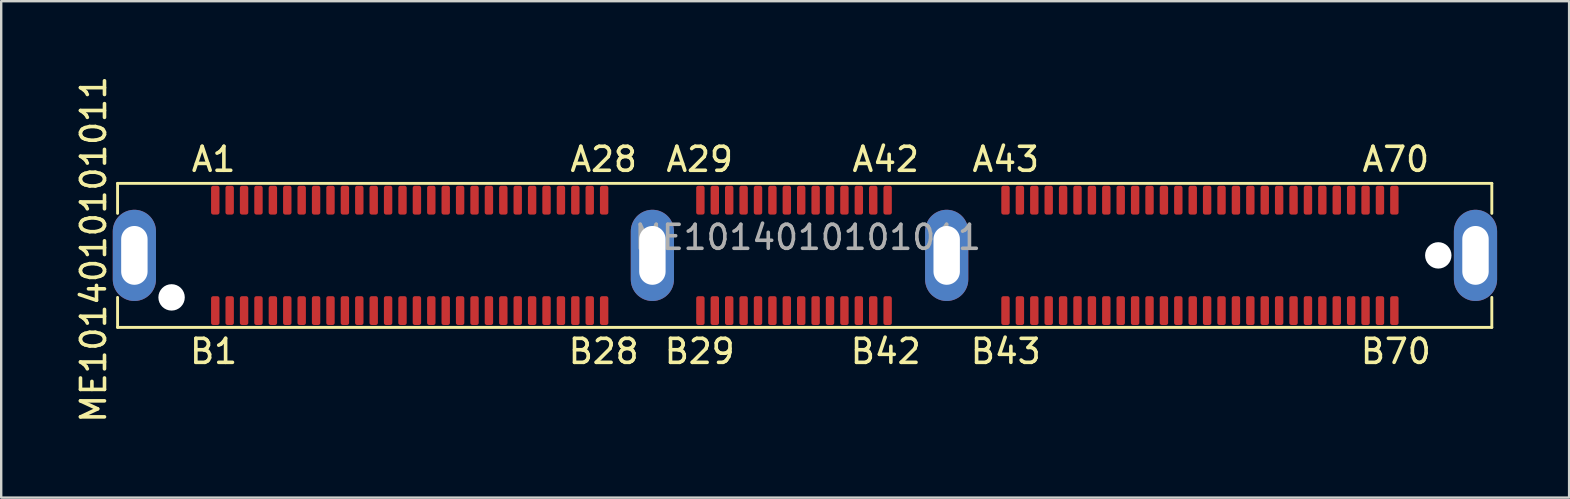
<source format=kicad_pcb>
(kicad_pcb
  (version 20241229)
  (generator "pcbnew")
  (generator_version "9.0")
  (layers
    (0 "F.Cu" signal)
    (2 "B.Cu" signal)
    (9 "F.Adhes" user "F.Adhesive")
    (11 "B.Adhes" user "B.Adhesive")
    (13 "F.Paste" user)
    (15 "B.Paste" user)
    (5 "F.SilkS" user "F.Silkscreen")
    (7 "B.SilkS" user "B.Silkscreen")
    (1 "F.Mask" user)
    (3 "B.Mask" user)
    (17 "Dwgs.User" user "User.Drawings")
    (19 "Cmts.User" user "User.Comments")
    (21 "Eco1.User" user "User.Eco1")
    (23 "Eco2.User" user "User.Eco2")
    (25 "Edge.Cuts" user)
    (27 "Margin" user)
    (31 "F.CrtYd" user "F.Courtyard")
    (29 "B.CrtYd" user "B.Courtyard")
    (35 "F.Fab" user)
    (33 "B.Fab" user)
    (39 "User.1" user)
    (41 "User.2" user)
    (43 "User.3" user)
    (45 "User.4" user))
  (footprint "ME1014010101011"
    (layer "F.Cu")
    (at 4.098 9.339)
    (property "Reference" "ME1014010101011" (at -3.25 -2 90) (unlocked yes) (layer "F.SilkS") (effects (font (size 1 1) (thickness 0.15))))
    (attr smd)
    (fp_line (start -2.25 -4.75) (end -2.25 -3.5) (stroke (width 0.12) (type solid)) (layer "F.SilkS"))
    (fp_line (start -2.25 0) (end -2.25 1.25) (stroke (width 0.12) (type solid)) (layer "F.SilkS"))
    (fp_line (start -2.25 1.25) (end 55 1.25) (stroke (width 0.12) (type solid)) (layer "F.SilkS"))
    (fp_line (start 55 -4.75) (end -2.25 -4.75) (stroke (width 0.12) (type solid)) (layer "F.SilkS"))
    (fp_line (start 55 -3.5) (end 55 -4.75) (stroke (width 0.12) (type solid)) (layer "F.SilkS"))
    (fp_line (start 55 1.25) (end 55 0) (stroke (width 0.12) (type solid)) (layer "F.SilkS"))
    (fp_text user "A70" (at 51 -5.75 0) (unlocked yes) (layer "F.SilkS") (effects (font (size 1 1) (thickness 0.15))))
    (fp_text user "B1" (at 1.75 2.25 0) (unlocked yes) (layer "F.SilkS") (effects (font (size 1 1) (thickness 0.15))))
    (fp_text user "B43" (at 34.75 2.25 0) (unlocked yes) (layer "F.SilkS") (effects (font (size 1 1) (thickness 0.15))))
    (fp_text user "B29" (at 22 2.25 0) (unlocked yes) (layer "F.SilkS") (effects (font (size 1 1) (thickness 0.15))))
    (fp_text user "B70" (at 51 2.25 0) (unlocked yes) (layer "F.SilkS") (effects (font (size 1 1) (thickness 0.15))))
    (fp_text user "B42" (at 29.75 2.25 0) (unlocked yes) (layer "F.SilkS") (effects (font (size 1 1) (thickness 0.15))))
    (fp_text user "A29" (at 22 -5.75 0) (unlocked yes) (layer "F.SilkS") (effects (font (size 1 1) (thickness 0.15))))
    (fp_text user "A28" (at 18 -5.75 0) (unlocked yes) (layer "F.SilkS") (effects (font (size 1 1) (thickness 0.15))))
    (fp_text user "A42" (at 29.75 -5.75 0) (unlocked yes) (layer "F.SilkS") (effects (font (size 1 1) (thickness 0.15))))
    (fp_text user "B28" (at 18 2.25 0) (unlocked yes) (layer "F.SilkS") (effects (font (size 1 1) (thickness 0.15))))
    (fp_text user "A1" (at 1.75 -5.75 0) (unlocked yes) (layer "F.SilkS") (effects (font (size 1 1) (thickness 0.15))))
    (fp_text user "A43" (at 34.75 -5.75 0) (unlocked yes) (layer "F.SilkS") (effects (font (size 1 1) (thickness 0.15))))
    (fp_text user "${REFERENCE}" (at 26.5 -2.5 0) (unlocked yes) (layer "F.Fab") (effects (font (size 1 1) (thickness 0.15))))
    (pad "" np_thru_hole circle (at 0 0) (size 1.1 1.1) (drill 1.1) (layers "*.Cu" "*.Mask"))
    (pad "" np_thru_hole circle (at 52.77 -1.75) (size 1.1 1.1) (drill 1.1) (layers "*.Cu" "*.Mask"))
    (pad "A1" smd roundrect (at 1.82 -4.05) (size 0.35 1.2) (layers "F.Cu" "F.Mask" "F.Paste") (roundrect_rratio 0.25))
    (pad "A2" smd roundrect (at 2.42 -4.05) (size 0.35 1.2) (layers "F.Cu" "F.Mask" "F.Paste") (roundrect_rratio 0.25))
    (pad "A3" smd roundrect (at 3.02 -4.05) (size 0.35 1.2) (layers "F.Cu" "F.Mask" "F.Paste") (roundrect_rratio 0.25))
    (pad "A4" smd roundrect (at 3.62 -4.05) (size 0.35 1.2) (layers "F.Cu" "F.Mask" "F.Paste") (roundrect_rratio 0.25))
    (pad "A5" smd roundrect (at 4.22 -4.05) (size 0.35 1.2) (layers "F.Cu" "F.Mask" "F.Paste") (roundrect_rratio 0.25))
    (pad "A6" smd roundrect (at 4.82 -4.05) (size 0.35 1.2) (layers "F.Cu" "F.Mask" "F.Paste") (roundrect_rratio 0.25))
    (pad "A7" smd roundrect (at 5.42 -4.05) (size 0.35 1.2) (layers "F.Cu" "F.Mask" "F.Paste") (roundrect_rratio 0.25))
    (pad "A8" smd roundrect (at 6.02 -4.05) (size 0.35 1.2) (layers "F.Cu" "F.Mask" "F.Paste") (roundrect_rratio 0.25))
    (pad "A9" smd roundrect (at 6.62 -4.05) (size 0.35 1.2) (layers "F.Cu" "F.Mask" "F.Paste") (roundrect_rratio 0.25))
    (pad "A10" smd roundrect (at 7.22 -4.05) (size 0.35 1.2) (layers "F.Cu" "F.Mask" "F.Paste") (roundrect_rratio 0.25))
    (pad "A11" smd roundrect (at 7.82 -4.05) (size 0.35 1.2) (layers "F.Cu" "F.Mask" "F.Paste") (roundrect_rratio 0.25))
    (pad "A12" smd roundrect (at 8.42 -4.05) (size 0.35 1.2) (layers "F.Cu" "F.Mask" "F.Paste") (roundrect_rratio 0.25))
    (pad "A13" smd roundrect (at 9.02 -4.05) (size 0.35 1.2) (layers "F.Cu" "F.Mask" "F.Paste") (roundrect_rratio 0.25))
    (pad "A14" smd roundrect (at 9.62 -4.05) (size 0.35 1.2) (layers "F.Cu" "F.Mask" "F.Paste") (roundrect_rratio 0.25))
    (pad "A15" smd roundrect (at 10.22 -4.05) (size 0.35 1.2) (layers "F.Cu" "F.Mask" "F.Paste") (roundrect_rratio 0.25))
    (pad "A16" smd roundrect (at 10.82 -4.05) (size 0.35 1.2) (layers "F.Cu" "F.Mask" "F.Paste") (roundrect_rratio 0.25))
    (pad "A17" smd roundrect (at 11.42 -4.05) (size 0.35 1.2) (layers "F.Cu" "F.Mask" "F.Paste") (roundrect_rratio 0.25))
    (pad "A18" smd roundrect (at 12.02 -4.05) (size 0.35 1.2) (layers "F.Cu" "F.Mask" "F.Paste") (roundrect_rratio 0.25))
    (pad "A19" smd roundrect (at 12.62 -4.05) (size 0.35 1.2) (layers "F.Cu" "F.Mask" "F.Paste") (roundrect_rratio 0.25))
    (pad "A20" smd roundrect (at 13.22 -4.05) (size 0.35 1.2) (layers "F.Cu" "F.Mask" "F.Paste") (roundrect_rratio 0.25))
    (pad "A21" smd roundrect (at 13.82 -4.05) (size 0.35 1.2) (layers "F.Cu" "F.Mask" "F.Paste") (roundrect_rratio 0.25))
    (pad "A22" smd roundrect (at 14.42 -4.05) (size 0.35 1.2) (layers "F.Cu" "F.Mask" "F.Paste") (roundrect_rratio 0.25))
    (pad "A23" smd roundrect (at 15.02 -4.05) (size 0.35 1.2) (layers "F.Cu" "F.Mask" "F.Paste") (roundrect_rratio 0.25))
    (pad "A24" smd roundrect (at 15.62 -4.05) (size 0.35 1.2) (layers "F.Cu" "F.Mask" "F.Paste") (roundrect_rratio 0.25))
    (pad "A25" smd roundrect (at 16.22 -4.05) (size 0.35 1.2) (layers "F.Cu" "F.Mask" "F.Paste") (roundrect_rratio 0.25))
    (pad "A26" smd roundrect (at 16.82 -4.05) (size 0.35 1.2) (layers "F.Cu" "F.Mask" "F.Paste") (roundrect_rratio 0.25))
    (pad "A27" smd roundrect (at 17.42 -4.05) (size 0.35 1.2) (layers "F.Cu" "F.Mask" "F.Paste") (roundrect_rratio 0.25))
    (pad "A28" smd roundrect (at 18.02 -4.05) (size 0.35 1.2) (layers "F.Cu" "F.Mask" "F.Paste") (roundrect_rratio 0.25))
    (pad "A29" smd roundrect (at 22.03 -4.05) (size 0.35 1.2) (layers "F.Cu" "F.Mask" "F.Paste") (roundrect_rratio 0.25))
    (pad "A30" smd roundrect (at 22.63 -4.05) (size 0.35 1.2) (layers "F.Cu" "F.Mask" "F.Paste") (roundrect_rratio 0.25))
    (pad "A31" smd roundrect (at 23.23 -4.05) (size 0.35 1.2) (layers "F.Cu" "F.Mask" "F.Paste") (roundrect_rratio 0.25))
    (pad "A32" smd roundrect (at 23.83 -4.05) (size 0.35 1.2) (layers "F.Cu" "F.Mask" "F.Paste") (roundrect_rratio 0.25))
    (pad "A33" smd roundrect (at 24.43 -4.05) (size 0.35 1.2) (layers "F.Cu" "F.Mask" "F.Paste") (roundrect_rratio 0.25))
    (pad "A34" smd roundrect (at 25.03 -4.05) (size 0.35 1.2) (layers "F.Cu" "F.Mask" "F.Paste") (roundrect_rratio 0.25))
    (pad "A35" smd roundrect (at 25.63 -4.05) (size 0.35 1.2) (layers "F.Cu" "F.Mask" "F.Paste") (roundrect_rratio 0.25))
    (pad "A36" smd roundrect (at 26.23 -4.05) (size 0.35 1.2) (layers "F.Cu" "F.Mask" "F.Paste") (roundrect_rratio 0.25))
    (pad "A37" smd roundrect (at 26.83 -4.05) (size 0.35 1.2) (layers "F.Cu" "F.Mask" "F.Paste") (roundrect_rratio 0.25))
    (pad "A38" smd roundrect (at 27.43 -4.05) (size 0.35 1.2) (layers "F.Cu" "F.Mask" "F.Paste") (roundrect_rratio 0.25))
    (pad "A39" smd roundrect (at 28.03 -4.05) (size 0.35 1.2) (layers "F.Cu" "F.Mask" "F.Paste") (roundrect_rratio 0.25))
    (pad "A40" smd roundrect (at 28.63 -4.05) (size 0.35 1.2) (layers "F.Cu" "F.Mask" "F.Paste") (roundrect_rratio 0.25))
    (pad "A41" smd roundrect (at 29.23 -4.05) (size 0.35 1.2) (layers "F.Cu" "F.Mask" "F.Paste") (roundrect_rratio 0.25))
    (pad "A42" smd roundrect (at 29.83 -4.05) (size 0.35 1.2) (layers "F.Cu" "F.Mask" "F.Paste") (roundrect_rratio 0.25))
    (pad "A43" smd roundrect (at 34.74 -4.05) (size 0.35 1.2) (layers "F.Cu" "F.Mask" "F.Paste") (roundrect_rratio 0.25))
    (pad "A44" smd roundrect (at 35.34 -4.05) (size 0.35 1.2) (layers "F.Cu" "F.Mask" "F.Paste") (roundrect_rratio 0.25))
    (pad "A45" smd roundrect (at 35.94 -4.05) (size 0.35 1.2) (layers "F.Cu" "F.Mask" "F.Paste") (roundrect_rratio 0.25))
    (pad "A46" smd roundrect (at 36.54 -4.05) (size 0.35 1.2) (layers "F.Cu" "F.Mask" "F.Paste") (roundrect_rratio 0.25))
    (pad "A47" smd roundrect (at 37.14 -4.05) (size 0.35 1.2) (layers "F.Cu" "F.Mask" "F.Paste") (roundrect_rratio 0.25))
    (pad "A48" smd roundrect (at 37.74 -4.05) (size 0.35 1.2) (layers "F.Cu" "F.Mask" "F.Paste") (roundrect_rratio 0.25))
    (pad "A49" smd roundrect (at 38.34 -4.05) (size 0.35 1.2) (layers "F.Cu" "F.Mask" "F.Paste") (roundrect_rratio 0.25))
    (pad "A50" smd roundrect (at 38.94 -4.05) (size 0.35 1.2) (layers "F.Cu" "F.Mask" "F.Paste") (roundrect_rratio 0.25))
    (pad "A51" smd roundrect (at 39.54 -4.05) (size 0.35 1.2) (layers "F.Cu" "F.Mask" "F.Paste") (roundrect_rratio 0.25))
    (pad "A52" smd roundrect (at 40.14 -4.05) (size 0.35 1.2) (layers "F.Cu" "F.Mask" "F.Paste") (roundrect_rratio 0.25))
    (pad "A53" smd roundrect (at 40.74 -4.05) (size 0.35 1.2) (layers "F.Cu" "F.Mask" "F.Paste") (roundrect_rratio 0.25))
    (pad "A54" smd roundrect (at 41.34 -4.05) (size 0.35 1.2) (layers "F.Cu" "F.Mask" "F.Paste") (roundrect_rratio 0.25))
    (pad "A55" smd roundrect (at 41.94 -4.05) (size 0.35 1.2) (layers "F.Cu" "F.Mask" "F.Paste") (roundrect_rratio 0.25))
    (pad "A56" smd roundrect (at 42.54 -4.05) (size 0.35 1.2) (layers "F.Cu" "F.Mask" "F.Paste") (roundrect_rratio 0.25))
    (pad "A57" smd roundrect (at 43.14 -4.05) (size 0.35 1.2) (layers "F.Cu" "F.Mask" "F.Paste") (roundrect_rratio 0.25))
    (pad "A58" smd roundrect (at 43.74 -4.05) (size 0.35 1.2) (layers "F.Cu" "F.Mask" "F.Paste") (roundrect_rratio 0.25))
    (pad "A59" smd roundrect (at 44.34 -4.05) (size 0.35 1.2) (layers "F.Cu" "F.Mask" "F.Paste") (roundrect_rratio 0.25))
    (pad "A60" smd roundrect (at 44.94 -4.05) (size 0.35 1.2) (layers "F.Cu" "F.Mask" "F.Paste") (roundrect_rratio 0.25))
    (pad "A61" smd roundrect (at 45.54 -4.05) (size 0.35 1.2) (layers "F.Cu" "F.Mask" "F.Paste") (roundrect_rratio 0.25))
    (pad "A62" smd roundrect (at 46.14 -4.05) (size 0.35 1.2) (layers "F.Cu" "F.Mask" "F.Paste") (roundrect_rratio 0.25))
    (pad "A63" smd roundrect (at 46.74 -4.05) (size 0.35 1.2) (layers "F.Cu" "F.Mask" "F.Paste") (roundrect_rratio 0.25))
    (pad "A64" smd roundrect (at 47.34 -4.05) (size 0.35 1.2) (layers "F.Cu" "F.Mask" "F.Paste") (roundrect_rratio 0.25))
    (pad "A65" smd roundrect (at 47.94 -4.05) (size 0.35 1.2) (layers "F.Cu" "F.Mask" "F.Paste") (roundrect_rratio 0.25))
    (pad "A66" smd roundrect (at 48.54 -4.05) (size 0.35 1.2) (layers "F.Cu" "F.Mask" "F.Paste") (roundrect_rratio 0.25))
    (pad "A67" smd roundrect (at 49.14 -4.05) (size 0.35 1.2) (layers "F.Cu" "F.Mask" "F.Paste") (roundrect_rratio 0.25))
    (pad "A68" smd roundrect (at 49.74 -4.05) (size 0.35 1.2) (layers "F.Cu" "F.Mask" "F.Paste") (roundrect_rratio 0.25))
    (pad "A69" smd roundrect (at 50.34 -4.05) (size 0.35 1.2) (layers "F.Cu" "F.Mask" "F.Paste") (roundrect_rratio 0.25))
    (pad "A70" smd roundrect (at 50.94 -4.05) (size 0.35 1.2) (layers "F.Cu" "F.Mask" "F.Paste") (roundrect_rratio 0.25))
    (pad "B1" smd roundrect (at 1.82 0.55) (size 0.35 1.2) (layers "F.Cu" "F.Mask" "F.Paste") (roundrect_rratio 0.25))
    (pad "B2" smd roundrect (at 2.42 0.55) (size 0.35 1.2) (layers "F.Cu" "F.Mask" "F.Paste") (roundrect_rratio 0.25))
    (pad "B3" smd roundrect (at 3.02 0.55) (size 0.35 1.2) (layers "F.Cu" "F.Mask" "F.Paste") (roundrect_rratio 0.25))
    (pad "B4" smd roundrect (at 3.62 0.55) (size 0.35 1.2) (layers "F.Cu" "F.Mask" "F.Paste") (roundrect_rratio 0.25))
    (pad "B5" smd roundrect (at 4.22 0.55) (size 0.35 1.2) (layers "F.Cu" "F.Mask" "F.Paste") (roundrect_rratio 0.25))
    (pad "B6" smd roundrect (at 4.82 0.55) (size 0.35 1.2) (layers "F.Cu" "F.Mask" "F.Paste") (roundrect_rratio 0.25))
    (pad "B7" smd roundrect (at 5.42 0.55) (size 0.35 1.2) (layers "F.Cu" "F.Mask" "F.Paste") (roundrect_rratio 0.25))
    (pad "B8" smd roundrect (at 6.02 0.55) (size 0.35 1.2) (layers "F.Cu" "F.Mask" "F.Paste") (roundrect_rratio 0.25))
    (pad "B9" smd roundrect (at 6.62 0.55) (size 0.35 1.2) (layers "F.Cu" "F.Mask" "F.Paste") (roundrect_rratio 0.25))
    (pad "B10" smd roundrect (at 7.22 0.55) (size 0.35 1.2) (layers "F.Cu" "F.Mask" "F.Paste") (roundrect_rratio 0.25))
    (pad "B11" smd roundrect (at 7.82 0.55) (size 0.35 1.2) (layers "F.Cu" "F.Mask" "F.Paste") (roundrect_rratio 0.25))
    (pad "B12" smd roundrect (at 8.42 0.55) (size 0.35 1.2) (layers "F.Cu" "F.Mask" "F.Paste") (roundrect_rratio 0.25))
    (pad "B13" smd roundrect (at 9.02 0.55) (size 0.35 1.2) (layers "F.Cu" "F.Mask" "F.Paste") (roundrect_rratio 0.25))
    (pad "B14" smd roundrect (at 9.62 0.55) (size 0.35 1.2) (layers "F.Cu" "F.Mask" "F.Paste") (roundrect_rratio 0.25))
    (pad "B15" smd roundrect (at 10.22 0.55) (size 0.35 1.2) (layers "F.Cu" "F.Mask" "F.Paste") (roundrect_rratio 0.25))
    (pad "B16" smd roundrect (at 10.82 0.55) (size 0.35 1.2) (layers "F.Cu" "F.Mask" "F.Paste") (roundrect_rratio 0.25))
    (pad "B17" smd roundrect (at 11.42 0.55) (size 0.35 1.2) (layers "F.Cu" "F.Mask" "F.Paste") (roundrect_rratio 0.25))
    (pad "B18" smd roundrect (at 12.02 0.55) (size 0.35 1.2) (layers "F.Cu" "F.Mask" "F.Paste") (roundrect_rratio 0.25))
    (pad "B19" smd roundrect (at 12.62 0.55) (size 0.35 1.2) (layers "F.Cu" "F.Mask" "F.Paste") (roundrect_rratio 0.25))
    (pad "B20" smd roundrect (at 13.22 0.55) (size 0.35 1.2) (layers "F.Cu" "F.Mask" "F.Paste") (roundrect_rratio 0.25))
    (pad "B21" smd roundrect (at 13.82 0.55) (size 0.35 1.2) (layers "F.Cu" "F.Mask" "F.Paste") (roundrect_rratio 0.25))
    (pad "B22" smd roundrect (at 14.42 0.55) (size 0.35 1.2) (layers "F.Cu" "F.Mask" "F.Paste") (roundrect_rratio 0.25))
    (pad "B23" smd roundrect (at 15.02 0.55) (size 0.35 1.2) (layers "F.Cu" "F.Mask" "F.Paste") (roundrect_rratio 0.25))
    (pad "B24" smd roundrect (at 15.62 0.55) (size 0.35 1.2) (layers "F.Cu" "F.Mask" "F.Paste") (roundrect_rratio 0.25))
    (pad "B25" smd roundrect (at 16.22 0.55) (size 0.35 1.2) (layers "F.Cu" "F.Mask" "F.Paste") (roundrect_rratio 0.25))
    (pad "B26" smd roundrect (at 16.82 0.55) (size 0.35 1.2) (layers "F.Cu" "F.Mask" "F.Paste") (roundrect_rratio 0.25))
    (pad "B27" smd roundrect (at 17.42 0.55) (size 0.35 1.2) (layers "F.Cu" "F.Mask" "F.Paste") (roundrect_rratio 0.25))
    (pad "B28" smd roundrect (at 18.02 0.55) (size 0.35 1.2) (layers "F.Cu" "F.Mask" "F.Paste") (roundrect_rratio 0.25))
    (pad "B29" smd roundrect (at 22.03 0.55) (size 0.35 1.2) (layers "F.Cu" "F.Mask" "F.Paste") (roundrect_rratio 0.25))
    (pad "B30" smd roundrect (at 22.63 0.55) (size 0.35 1.2) (layers "F.Cu" "F.Mask" "F.Paste") (roundrect_rratio 0.25))
    (pad "B31" smd roundrect (at 23.23 0.55) (size 0.35 1.2) (layers "F.Cu" "F.Mask" "F.Paste") (roundrect_rratio 0.25))
    (pad "B32" smd roundrect (at 23.83 0.55) (size 0.35 1.2) (layers "F.Cu" "F.Mask" "F.Paste") (roundrect_rratio 0.25))
    (pad "B33" smd roundrect (at 24.43 0.55) (size 0.35 1.2) (layers "F.Cu" "F.Mask" "F.Paste") (roundrect_rratio 0.25))
    (pad "B34" smd roundrect (at 25.03 0.55) (size 0.35 1.2) (layers "F.Cu" "F.Mask" "F.Paste") (roundrect_rratio 0.25))
    (pad "B35" smd roundrect (at 25.63 0.55) (size 0.35 1.2) (layers "F.Cu" "F.Mask" "F.Paste") (roundrect_rratio 0.25))
    (pad "B36" smd roundrect (at 26.23 0.55) (size 0.35 1.2) (layers "F.Cu" "F.Mask" "F.Paste") (roundrect_rratio 0.25))
    (pad "B37" smd roundrect (at 26.83 0.55) (size 0.35 1.2) (layers "F.Cu" "F.Mask" "F.Paste") (roundrect_rratio 0.25))
    (pad "B38" smd roundrect (at 27.43 0.55) (size 0.35 1.2) (layers "F.Cu" "F.Mask" "F.Paste") (roundrect_rratio 0.25))
    (pad "B39" smd roundrect (at 28.03 0.55) (size 0.35 1.2) (layers "F.Cu" "F.Mask" "F.Paste") (roundrect_rratio 0.25))
    (pad "B40" smd roundrect (at 28.63 0.55) (size 0.35 1.2) (layers "F.Cu" "F.Mask" "F.Paste") (roundrect_rratio 0.25))
    (pad "B41" smd roundrect (at 29.23 0.55) (size 0.35 1.2) (layers "F.Cu" "F.Mask" "F.Paste") (roundrect_rratio 0.25))
    (pad "B42" smd roundrect (at 29.83 0.55) (size 0.35 1.2) (layers "F.Cu" "F.Mask" "F.Paste") (roundrect_rratio 0.25))
    (pad "B43" smd roundrect (at 34.74 0.55) (size 0.35 1.2) (layers "F.Cu" "F.Mask" "F.Paste") (roundrect_rratio 0.25))
    (pad "B44" smd roundrect (at 35.34 0.55) (size 0.35 1.2) (layers "F.Cu" "F.Mask" "F.Paste") (roundrect_rratio 0.25))
    (pad "B45" smd roundrect (at 35.94 0.55) (size 0.35 1.2) (layers "F.Cu" "F.Mask" "F.Paste") (roundrect_rratio 0.25))
    (pad "B46" smd roundrect (at 36.54 0.55) (size 0.35 1.2) (layers "F.Cu" "F.Mask" "F.Paste") (roundrect_rratio 0.25))
    (pad "B47" smd roundrect (at 37.14 0.55) (size 0.35 1.2) (layers "F.Cu" "F.Mask" "F.Paste") (roundrect_rratio 0.25))
    (pad "B48" smd roundrect (at 37.74 0.55) (size 0.35 1.2) (layers "F.Cu" "F.Mask" "F.Paste") (roundrect_rratio 0.25))
    (pad "B49" smd roundrect (at 38.34 0.55) (size 0.35 1.2) (layers "F.Cu" "F.Mask" "F.Paste") (roundrect_rratio 0.25))
    (pad "B50" smd roundrect (at 38.94 0.55) (size 0.35 1.2) (layers "F.Cu" "F.Mask" "F.Paste") (roundrect_rratio 0.25))
    (pad "B51" smd roundrect (at 39.54 0.55) (size 0.35 1.2) (layers "F.Cu" "F.Mask" "F.Paste") (roundrect_rratio 0.25))
    (pad "B52" smd roundrect (at 40.14 0.55) (size 0.35 1.2) (layers "F.Cu" "F.Mask" "F.Paste") (roundrect_rratio 0.25))
    (pad "B53" smd roundrect (at 40.74 0.55) (size 0.35 1.2) (layers "F.Cu" "F.Mask" "F.Paste") (roundrect_rratio 0.25))
    (pad "B54" smd roundrect (at 41.34 0.55) (size 0.35 1.2) (layers "F.Cu" "F.Mask" "F.Paste") (roundrect_rratio 0.25))
    (pad "B55" smd roundrect (at 41.94 0.55) (size 0.35 1.2) (layers "F.Cu" "F.Mask" "F.Paste") (roundrect_rratio 0.25))
    (pad "B56" smd roundrect (at 42.54 0.55) (size 0.35 1.2) (layers "F.Cu" "F.Mask" "F.Paste") (roundrect_rratio 0.25))
    (pad "B57" smd roundrect (at 43.14 0.55) (size 0.35 1.2) (layers "F.Cu" "F.Mask" "F.Paste") (roundrect_rratio 0.25))
    (pad "B58" smd roundrect (at 43.74 0.55) (size 0.35 1.2) (layers "F.Cu" "F.Mask" "F.Paste") (roundrect_rratio 0.25))
    (pad "B59" smd roundrect (at 44.34 0.55) (size 0.35 1.2) (layers "F.Cu" "F.Mask" "F.Paste") (roundrect_rratio 0.25))
    (pad "B60" smd roundrect (at 44.94 0.55) (size 0.35 1.2) (layers "F.Cu" "F.Mask" "F.Paste") (roundrect_rratio 0.25))
    (pad "B61" smd roundrect (at 45.54 0.55) (size 0.35 1.2) (layers "F.Cu" "F.Mask" "F.Paste") (roundrect_rratio 0.25))
    (pad "B62" smd roundrect (at 46.14 0.55) (size 0.35 1.2) (layers "F.Cu" "F.Mask" "F.Paste") (roundrect_rratio 0.25))
    (pad "B63" smd roundrect (at 46.74 0.55) (size 0.35 1.2) (layers "F.Cu" "F.Mask" "F.Paste") (roundrect_rratio 0.25))
    (pad "B64" smd roundrect (at 47.34 0.55) (size 0.35 1.2) (layers "F.Cu" "F.Mask" "F.Paste") (roundrect_rratio 0.25))
    (pad "B65" smd roundrect (at 47.94 0.55) (size 0.35 1.2) (layers "F.Cu" "F.Mask" "F.Paste") (roundrect_rratio 0.25))
    (pad "B66" smd roundrect (at 48.54 0.55) (size 0.35 1.2) (layers "F.Cu" "F.Mask" "F.Paste") (roundrect_rratio 0.25))
    (pad "B67" smd roundrect (at 49.14 0.55) (size 0.35 1.2) (layers "F.Cu" "F.Mask" "F.Paste") (roundrect_rratio 0.25))
    (pad "B68" smd roundrect (at 49.74 0.55) (size 0.35 1.2) (layers "F.Cu" "F.Mask" "F.Paste") (roundrect_rratio 0.25))
    (pad "B69" smd roundrect (at 50.34 0.55) (size 0.35 1.2) (layers "F.Cu" "F.Mask" "F.Paste") (roundrect_rratio 0.25))
    (pad "B70" smd roundrect (at 50.94 0.55) (size 0.35 1.2) (layers "F.Cu" "F.Mask" "F.Paste") (roundrect_rratio 0.25))
    (pad "M" thru_hole oval (at -1.55 -1.75) (size 1.8 3.8) (drill oval 1.1 2.45) (layers "*.Cu" "*.Mask"))
    (pad "M" thru_hole oval (at 20.03 -1.75) (size 1.8 3.8) (drill oval 1.1 2.45) (layers "*.Cu" "*.Mask"))
    (pad "M" thru_hole oval (at 32.29 -1.75) (size 1.8 3.8) (drill oval 1.1 2.45) (layers "*.Cu" "*.Mask"))
    (pad "M" thru_hole oval (at 54.32 -1.75) (size 1.8 3.8) (drill oval 1.1 2.45) (layers "*.Cu" "*.Mask")))
  (gr_rect
    (start -3 -3)
    (end 62.318 17.679)
    (stroke (width 0.1) (type default))
    (fill no)
    (layer "Edge.Cuts")))
</source>
